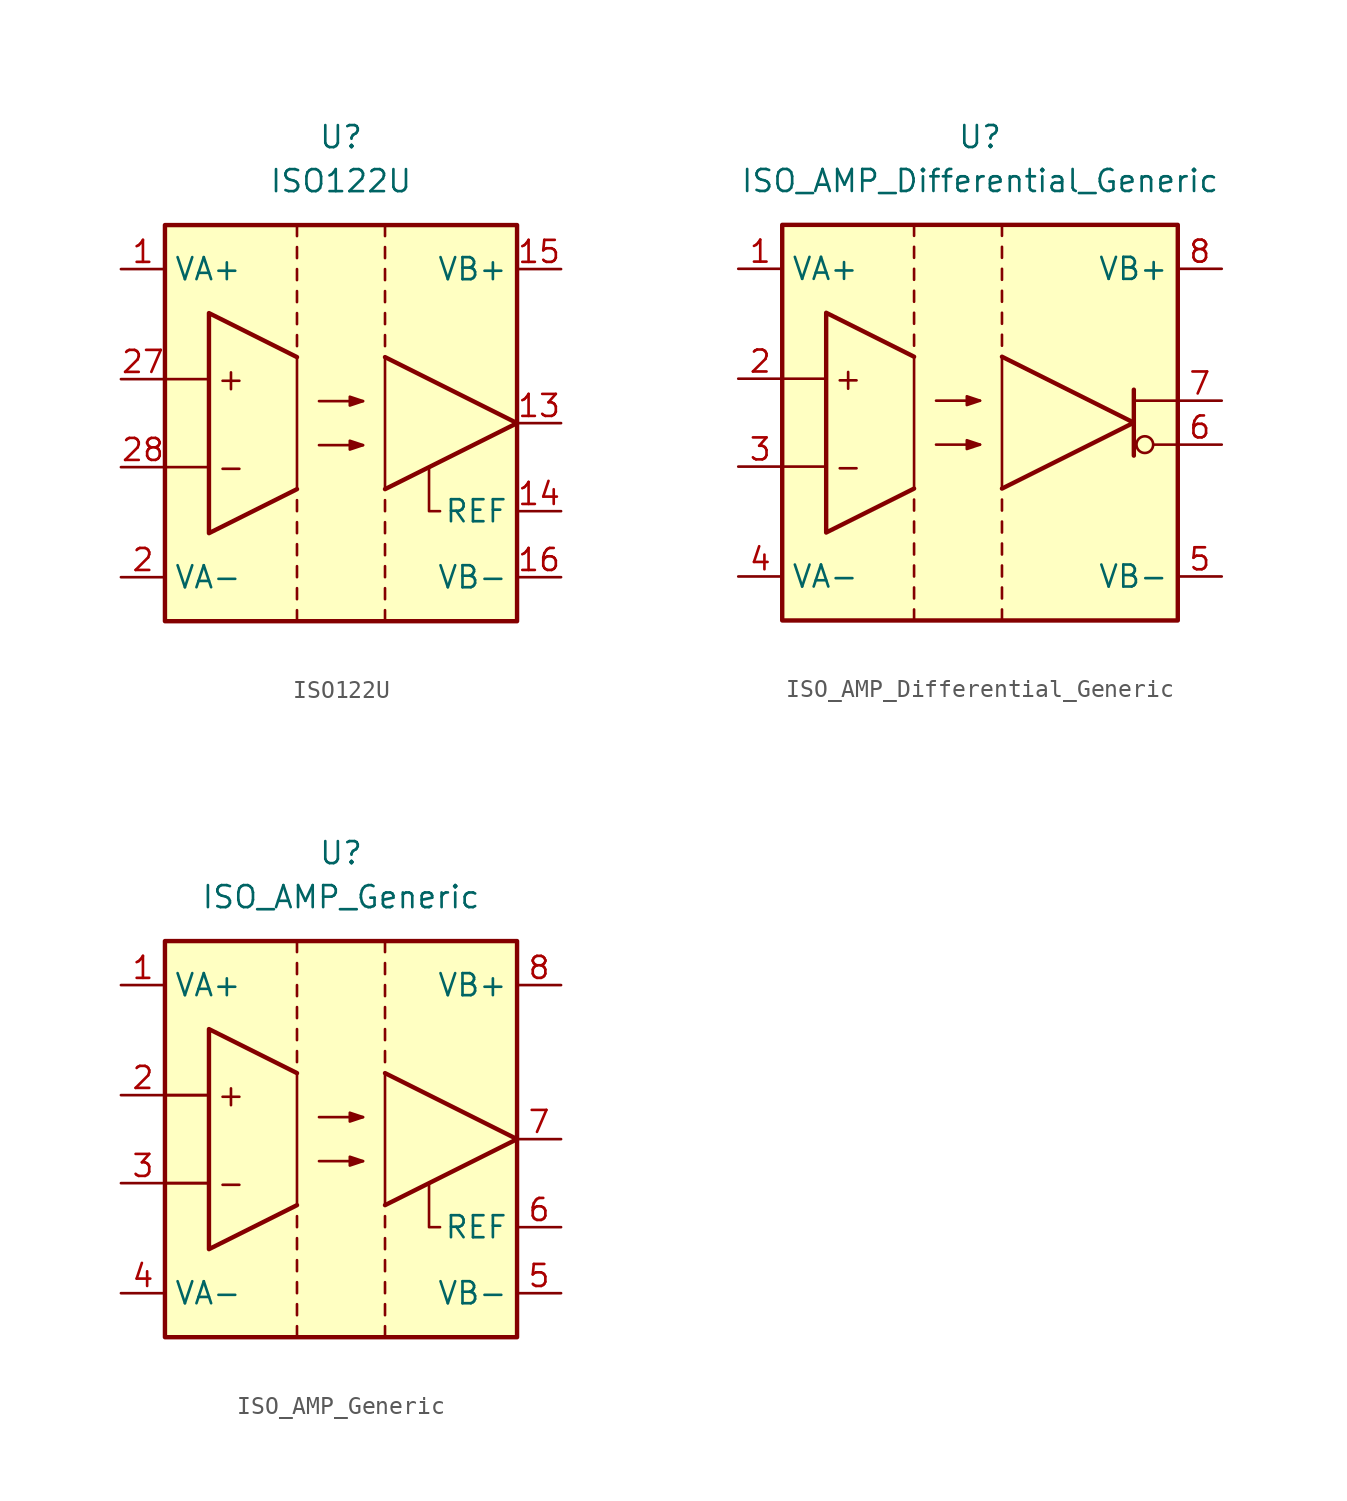
<source format=kicad_sym>
(kicad_symbol_lib
  (version 20211014)
  (generator kicad_symbol_editor)
  (symbol "ISO122U"
    (property "Reference" "U"
      (at 0 16.51 0)
      (effects (font (size 1.27 1.27))))
    (property "Value" "ISO122U"
      (at 0 13.97 0)
      (effects (font (size 1.27 1.27))))
    (symbol "ISO122U_0_0"
      (rectangle (start -10.16 11.43) (end 10.16 -11.43) (stroke (width 0.254) (type default) (color 0 0 0 0)) (fill (type background)))
      (polyline (pts (xy -10.16 -2.54) (xy -7.62 -2.54)) (stroke (width 0.152) (type default) (color 0 0 0 0)) (fill (type none)))
      (polyline (pts (xy -10.16 2.54) (xy -7.62 2.54)) (stroke (width 0.152) (type default) (color 0 0 0 0)) (fill (type none)))
      (text "+" (at -6.35 2.54 0) (effects (font (size 1.27 1.27))))
      (text "-" (at -6.35 -2.54 0) (effects (font (size 1.27 1.27)))))
    (symbol "ISO122U_0_1"
      (polyline (pts (xy -2.54 -11.43) (xy -2.54 -10.795)) (stroke (width 0.152) (type default) (color 0 0 0 0)) (fill (type none)))
      (polyline (pts (xy -2.54 -10.16) (xy -2.54 -9.525)) (stroke (width 0.152) (type default) (color 0 0 0 0)) (fill (type none)))
      (polyline (pts (xy -2.54 -8.255) (xy -2.54 -8.89)) (stroke (width 0.152) (type default) (color 0 0 0 0)) (fill (type none)))
      (polyline (pts (xy -2.54 -6.985) (xy -2.54 -7.62)) (stroke (width 0.152) (type default) (color 0 0 0 0)) (fill (type none)))
      (polyline (pts (xy -2.54 -5.715) (xy -2.54 -6.35)) (stroke (width 0.152) (type default) (color 0 0 0 0)) (fill (type none)))
      (polyline (pts (xy -2.54 -4.445) (xy -2.54 -5.08)) (stroke (width 0.152) (type default) (color 0 0 0 0)) (fill (type none)))
      (polyline (pts (xy -2.54 4.445) (xy -2.54 5.08)) (stroke (width 0.152) (type default) (color 0 0 0 0)) (fill (type none)))
      (polyline (pts (xy -2.54 5.715) (xy -2.54 6.35)) (stroke (width 0.152) (type default) (color 0 0 0 0)) (fill (type none)))
      (polyline (pts (xy -2.54 7.62) (xy -2.54 6.985)) (stroke (width 0.152) (type default) (color 0 0 0 0)) (fill (type none)))
      (polyline (pts (xy -2.54 8.89) (xy -2.54 8.255)) (stroke (width 0.152) (type default) (color 0 0 0 0)) (fill (type none)))
      (polyline (pts (xy -2.54 10.16) (xy -2.54 9.525)) (stroke (width 0.152) (type default) (color 0 0 0 0)) (fill (type none)))
      (polyline (pts (xy -2.54 11.43) (xy -2.54 10.795)) (stroke (width 0.152) (type default) (color 0 0 0 0)) (fill (type none)))
      (polyline (pts (xy 1.27 -1.27) (xy -1.27 -1.27)) (stroke (width 0.152) (type default) (color 0 0 0 0)) (fill (type none)))
      (polyline (pts (xy 1.27 1.27) (xy -1.27 1.27)) (stroke (width 0.152) (type default) (color 0 0 0 0)) (fill (type none)))
      (polyline (pts (xy 2.54 -11.43) (xy 2.54 -10.795)) (stroke (width 0.152) (type default) (color 0 0 0 0)) (fill (type none)))
      (polyline (pts (xy 2.54 -10.16) (xy 2.54 -9.525)) (stroke (width 0.152) (type default) (color 0 0 0 0)) (fill (type none)))
      (polyline (pts (xy 2.54 -8.255) (xy 2.54 -8.89)) (stroke (width 0.152) (type default) (color 0 0 0 0)) (fill (type none)))
      (polyline (pts (xy 2.54 -6.985) (xy 2.54 -7.62)) (stroke (width 0.152) (type default) (color 0 0 0 0)) (fill (type none)))
      (polyline (pts (xy 2.54 -5.715) (xy 2.54 -6.35)) (stroke (width 0.152) (type default) (color 0 0 0 0)) (fill (type none)))
      (polyline (pts (xy 2.54 -4.445) (xy 2.54 -5.08)) (stroke (width 0.152) (type default) (color 0 0 0 0)) (fill (type none)))
      (polyline (pts (xy 2.54 4.445) (xy 2.54 5.08)) (stroke (width 0.152) (type default) (color 0 0 0 0)) (fill (type none)))
      (polyline (pts (xy 2.54 5.715) (xy 2.54 6.35)) (stroke (width 0.152) (type default) (color 0 0 0 0)) (fill (type none)))
      (polyline (pts (xy 2.54 7.62) (xy 2.54 6.985)) (stroke (width 0.152) (type default) (color 0 0 0 0)) (fill (type none)))
      (polyline (pts (xy 2.54 8.89) (xy 2.54 8.255)) (stroke (width 0.152) (type default) (color 0 0 0 0)) (fill (type none)))
      (polyline (pts (xy 2.54 10.16) (xy 2.54 9.525)) (stroke (width 0.152) (type default) (color 0 0 0 0)) (fill (type none)))
      (polyline (pts (xy 2.54 11.43) (xy 2.54 10.795)) (stroke (width 0.152) (type default) (color 0 0 0 0)) (fill (type none)))
      (polyline (pts (xy 2.54 3.81) (xy 10.16 0) (xy 2.54 -3.81)) (stroke (width 0.254) (type default) (color 0 0 0 0)) (fill (type none)))
      (polyline (pts (xy 5.715 -5.08) (xy 5.08 -5.08) (xy 5.08 -2.54)) (stroke (width 0.152) (type default) (color 0 0 0 0)) (fill (type none)))
      (polyline (pts (xy -2.54 3.81) (xy -7.62 6.35) (xy -7.62 -6.35) (xy -2.54 -3.81)) (stroke (width 0.254) (type default) (color 0 0 0 0)) (fill (type none)))
      (polyline (pts (xy 1.27 -1.27) (xy 0.508 -1.016) (xy 0.508 -1.524) (xy 1.27 -1.27)) (stroke (width 0.152) (type default) (color 0 0 0 0)) (fill (type outline)))
      (polyline (pts (xy 1.27 1.27) (xy 0.508 1.524) (xy 0.508 1.016) (xy 1.27 1.27)) (stroke (width 0.152) (type default) (color 0 0 0 0)) (fill (type outline)))
      (polyline (pts (xy 2.54 3.81) (xy 2.54 -3.81) (xy 10.16 0) (xy 2.54 3.81)) (stroke (width 0.152) (type default) (color 0 0 0 0)) (fill (type none)))
      (polyline (pts (xy -2.54 3.81) (xy -7.62 6.35) (xy -7.62 -6.35) (xy -2.54 -3.81) (xy -2.54 3.81)) (stroke (width 0.152) (type default) (color 0 0 0 0)) (fill (type none))))
    (symbol "ISO122U_1_1"
      (pin power_in line (at -12.7 8.89 0) (length 2.54) (name "VA+" (effects (font (size 1.27 1.27)))) (number "1" (effects (font (size 1.27 1.27)))))
      (pin output line (at 12.7 0 180) (length 2.54) (name "~" (effects (font (size 1.27 1.27)))) (number "13" (effects (font (size 1.27 1.27)))))
      (pin input line (at 12.7 -5.08 180) (length 2.54) (name "REF" (effects (font (size 1.27 1.27)))) (number "14" (effects (font (size 1.27 1.27)))))
      (pin power_in line (at 12.7 8.89 180) (length 2.54) (name "VB+" (effects (font (size 1.27 1.27)))) (number "15" (effects (font (size 1.27 1.27)))))
      (pin power_in line (at 12.7 -8.89 180) (length 2.54) (name "VB-" (effects (font (size 1.27 1.27)))) (number "16" (effects (font (size 1.27 1.27)))))
      (pin power_in line (at -12.7 -8.89 0) (length 2.54) (name "VA-" (effects (font (size 1.27 1.27)))) (number "2" (effects (font (size 1.27 1.27)))))
      (pin input line (at -12.7 2.54 0) (length 2.54) (name "~" (effects (font (size 1.27 1.27)))) (number "27" (effects (font (size 1.27 1.27)))))
      (pin input line (at -12.7 -2.54 0) (length 2.54) (name "~" (effects (font (size 1.27 1.27)))) (number "28" (effects (font (size 1.27 1.27)))))))
  (symbol "ISO_AMP_Differential_Generic"
    (property "Reference" "U"
      (at 0 16.51 0)
      (effects (font (size 1.27 1.27))))
    (property "Value" "ISO_AMP_Differential_Generic"
      (at 0 13.97 0)
      (effects (font (size 1.27 1.27))))
    (symbol "ISO_AMP_Differential_Generic_0_0"
      (rectangle (start -11.43 11.43) (end 11.43 -11.43) (stroke (width 0.254) (type default) (color 0 0 0 0)) (fill (type background)))
      (polyline (pts (xy -11.43 -2.54) (xy -8.89 -2.54)) (stroke (width 0.152) (type default) (color 0 0 0 0)) (fill (type none)))
      (polyline (pts (xy -11.43 2.54) (xy -8.89 2.54)) (stroke (width 0.152) (type default) (color 0 0 0 0)) (fill (type none)))
      (polyline (pts (xy -3.81 3.81) (xy -3.81 -3.81)) (stroke (width 0.152) (type default) (color 0 0 0 0)) (fill (type none)))
      (polyline (pts (xy 1.27 3.81) (xy 1.27 -3.81)) (stroke (width 0.152) (type default) (color 0 0 0 0)) (fill (type none)))
      (polyline (pts (xy 1.27 3.81) (xy 8.89 0) (xy 1.27 -3.81)) (stroke (width 0.254) (type default) (color 0 0 0 0)) (fill (type none)))
      (polyline (pts (xy -3.81 3.81) (xy -8.89 6.35) (xy -8.89 -6.35) (xy -3.81 -3.81)) (stroke (width 0.254) (type default) (color 0 0 0 0)) (fill (type none)))
      (text "+" (at -7.62 2.54 0) (effects (font (size 1.27 1.27))))
      (text "-" (at -7.62 -2.54 0) (effects (font (size 1.27 1.27)))))
    (symbol "ISO_AMP_Differential_Generic_0_1"
      (polyline (pts (xy -3.81 -11.43) (xy -3.81 -10.795)) (stroke (width 0.152) (type default) (color 0 0 0 0)) (fill (type none)))
      (polyline (pts (xy -3.81 -10.16) (xy -3.81 -9.525)) (stroke (width 0.152) (type default) (color 0 0 0 0)) (fill (type none)))
      (polyline (pts (xy -3.81 -8.255) (xy -3.81 -8.89)) (stroke (width 0.152) (type default) (color 0 0 0 0)) (fill (type none)))
      (polyline (pts (xy -3.81 -6.985) (xy -3.81 -7.62)) (stroke (width 0.152) (type default) (color 0 0 0 0)) (fill (type none)))
      (polyline (pts (xy -3.81 -5.715) (xy -3.81 -6.35)) (stroke (width 0.152) (type default) (color 0 0 0 0)) (fill (type none)))
      (polyline (pts (xy -3.81 -4.445) (xy -3.81 -5.08)) (stroke (width 0.152) (type default) (color 0 0 0 0)) (fill (type none)))
      (polyline (pts (xy -3.81 4.445) (xy -3.81 5.08)) (stroke (width 0.152) (type default) (color 0 0 0 0)) (fill (type none)))
      (polyline (pts (xy -3.81 5.715) (xy -3.81 6.35)) (stroke (width 0.152) (type default) (color 0 0 0 0)) (fill (type none)))
      (polyline (pts (xy -3.81 7.62) (xy -3.81 6.985)) (stroke (width 0.152) (type default) (color 0 0 0 0)) (fill (type none)))
      (polyline (pts (xy -3.81 8.89) (xy -3.81 8.255)) (stroke (width 0.152) (type default) (color 0 0 0 0)) (fill (type none)))
      (polyline (pts (xy -3.81 10.16) (xy -3.81 9.525)) (stroke (width 0.152) (type default) (color 0 0 0 0)) (fill (type none)))
      (polyline (pts (xy -3.81 11.43) (xy -3.81 10.795)) (stroke (width 0.152) (type default) (color 0 0 0 0)) (fill (type none)))
      (polyline (pts (xy 0 -1.27) (xy -2.54 -1.27)) (stroke (width 0.152) (type default) (color 0 0 0 0)) (fill (type none)))
      (polyline (pts (xy 0 1.27) (xy -2.54 1.27)) (stroke (width 0.152) (type default) (color 0 0 0 0)) (fill (type none)))
      (polyline (pts (xy 1.27 -11.43) (xy 1.27 -10.795)) (stroke (width 0.152) (type default) (color 0 0 0 0)) (fill (type none)))
      (polyline (pts (xy 1.27 -10.16) (xy 1.27 -9.525)) (stroke (width 0.152) (type default) (color 0 0 0 0)) (fill (type none)))
      (polyline (pts (xy 1.27 -8.255) (xy 1.27 -8.89)) (stroke (width 0.152) (type default) (color 0 0 0 0)) (fill (type none)))
      (polyline (pts (xy 1.27 -6.985) (xy 1.27 -7.62)) (stroke (width 0.152) (type default) (color 0 0 0 0)) (fill (type none)))
      (polyline (pts (xy 1.27 -5.715) (xy 1.27 -6.35)) (stroke (width 0.152) (type default) (color 0 0 0 0)) (fill (type none)))
      (polyline (pts (xy 1.27 -4.445) (xy 1.27 -5.08)) (stroke (width 0.152) (type default) (color 0 0 0 0)) (fill (type none)))
      (polyline (pts (xy 1.27 4.445) (xy 1.27 5.08)) (stroke (width 0.152) (type default) (color 0 0 0 0)) (fill (type none)))
      (polyline (pts (xy 1.27 5.715) (xy 1.27 6.35)) (stroke (width 0.152) (type default) (color 0 0 0 0)) (fill (type none)))
      (polyline (pts (xy 1.27 7.62) (xy 1.27 6.985)) (stroke (width 0.152) (type default) (color 0 0 0 0)) (fill (type none)))
      (polyline (pts (xy 1.27 8.89) (xy 1.27 8.255)) (stroke (width 0.152) (type default) (color 0 0 0 0)) (fill (type none)))
      (polyline (pts (xy 1.27 10.16) (xy 1.27 9.525)) (stroke (width 0.152) (type default) (color 0 0 0 0)) (fill (type none)))
      (polyline (pts (xy 1.27 11.43) (xy 1.27 10.795)) (stroke (width 0.152) (type default) (color 0 0 0 0)) (fill (type none)))
      (polyline (pts (xy 8.89 1.905) (xy 8.89 -1.905)) (stroke (width 0.254) (type default) (color 0 0 0 0)) (fill (type none)))
      (polyline (pts (xy 11.43 -1.27) (xy 10.058 -1.27)) (stroke (width 0.152) (type default) (color 0 0 0 0)) (fill (type none)))
      (polyline (pts (xy 11.43 1.27) (xy 8.89 1.27)) (stroke (width 0.152) (type default) (color 0 0 0 0)) (fill (type none)))
      (polyline (pts (xy 0 -1.27) (xy -0.762 -1.016) (xy -0.762 -1.524) (xy 0 -1.27)) (stroke (width 0.152) (type default) (color 0 0 0 0)) (fill (type outline)))
      (polyline (pts (xy 0 1.27) (xy -0.762 1.524) (xy -0.762 1.016) (xy 0 1.27)) (stroke (width 0.152) (type default) (color 0 0 0 0)) (fill (type outline)))
      (circle (center 9.525 -1.27) (radius 0.483) (stroke (width 0.152) (type default) (color 0 0 0 0)) (fill (type none))))
    (symbol "ISO_AMP_Differential_Generic_1_1"
      (pin power_in line (at -13.97 8.89 0) (length 2.54) (name "VA+" (effects (font (size 1.27 1.27)))) (number "1" (effects (font (size 1.27 1.27)))))
      (pin input line (at -13.97 2.54 0) (length 2.54) (name "~" (effects (font (size 1.27 1.27)))) (number "2" (effects (font (size 1.27 1.27)))))
      (pin input line (at -13.97 -2.54 0) (length 2.54) (name "~" (effects (font (size 1.27 1.27)))) (number "3" (effects (font (size 1.27 1.27)))))
      (pin power_in line (at -13.97 -8.89 0) (length 2.54) (name "VA-" (effects (font (size 1.27 1.27)))) (number "4" (effects (font (size 1.27 1.27)))))
      (pin power_in line (at 13.97 -8.89 180) (length 2.54) (name "VB-" (effects (font (size 1.27 1.27)))) (number "5" (effects (font (size 1.27 1.27)))))
      (pin output line (at 13.97 -1.27 180) (length 2.54) (name "~" (effects (font (size 1.27 1.27)))) (number "6" (effects (font (size 1.27 1.27)))))
      (pin output line (at 13.97 1.27 180) (length 2.54) (name "~" (effects (font (size 1.27 1.27)))) (number "7" (effects (font (size 1.27 1.27)))))
      (pin power_in line (at 13.97 8.89 180) (length 2.54) (name "VB+" (effects (font (size 1.27 1.27)))) (number "8" (effects (font (size 1.27 1.27)))))))
  (symbol "ISO_AMP_Generic"
    (property "Reference" "U"
      (at 0 16.51 0)
      (effects (font (size 1.27 1.27))))
    (property "Value" "ISO_AMP_Generic"
      (at 0 13.97 0)
      (effects (font (size 1.27 1.27))))
    (symbol "ISO_AMP_Generic_0_0"
      (rectangle (start -10.16 11.43) (end 10.16 -11.43) (stroke (width 0.254) (type default) (color 0 0 0 0)) (fill (type background)))
      (polyline (pts (xy -10.16 -2.54) (xy -7.62 -2.54)) (stroke (width 0.152) (type default) (color 0 0 0 0)) (fill (type none)))
      (polyline (pts (xy -10.16 -2.54) (xy -7.62 -2.54)) (stroke (width 0.152) (type default) (color 0 0 0 0)) (fill (type none)))
      (polyline (pts (xy -10.16 2.54) (xy -7.62 2.54)) (stroke (width 0.152) (type default) (color 0 0 0 0)) (fill (type none)))
      (polyline (pts (xy -10.16 2.54) (xy -7.62 2.54)) (stroke (width 0.152) (type default) (color 0 0 0 0)) (fill (type none)))
      (polyline (pts (xy -2.54 3.81) (xy -2.54 -3.81)) (stroke (width 0.152) (type default) (color 0 0 0 0)) (fill (type none)))
      (polyline (pts (xy 2.54 3.81) (xy 2.54 -3.81)) (stroke (width 0.152) (type default) (color 0 0 0 0)) (fill (type none)))
      (polyline (pts (xy 2.54 3.81) (xy 10.16 0) (xy 2.54 -3.81)) (stroke (width 0.254) (type default) (color 0 0 0 0)) (fill (type none)))
      (polyline (pts (xy -2.54 3.81) (xy -7.62 6.35) (xy -7.62 -6.35) (xy -2.54 -3.81)) (stroke (width 0.254) (type default) (color 0 0 0 0)) (fill (type none)))
      (text "+" (at -6.35 2.54 0) (effects (font (size 1.27 1.27))))
      (text "-" (at -6.35 -2.54 0) (effects (font (size 1.27 1.27)))))
    (symbol "ISO_AMP_Generic_0_1"
      (polyline (pts (xy -2.54 -11.43) (xy -2.54 -10.795)) (stroke (width 0.152) (type default) (color 0 0 0 0)) (fill (type none)))
      (polyline (pts (xy -2.54 -10.16) (xy -2.54 -9.525)) (stroke (width 0.152) (type default) (color 0 0 0 0)) (fill (type none)))
      (polyline (pts (xy -2.54 -8.255) (xy -2.54 -8.89)) (stroke (width 0.152) (type default) (color 0 0 0 0)) (fill (type none)))
      (polyline (pts (xy -2.54 -6.985) (xy -2.54 -7.62)) (stroke (width 0.152) (type default) (color 0 0 0 0)) (fill (type none)))
      (polyline (pts (xy -2.54 -5.715) (xy -2.54 -6.35)) (stroke (width 0.152) (type default) (color 0 0 0 0)) (fill (type none)))
      (polyline (pts (xy -2.54 -4.445) (xy -2.54 -5.08)) (stroke (width 0.152) (type default) (color 0 0 0 0)) (fill (type none)))
      (polyline (pts (xy -2.54 4.445) (xy -2.54 5.08)) (stroke (width 0.152) (type default) (color 0 0 0 0)) (fill (type none)))
      (polyline (pts (xy -2.54 5.715) (xy -2.54 6.35)) (stroke (width 0.152) (type default) (color 0 0 0 0)) (fill (type none)))
      (polyline (pts (xy -2.54 7.62) (xy -2.54 6.985)) (stroke (width 0.152) (type default) (color 0 0 0 0)) (fill (type none)))
      (polyline (pts (xy -2.54 8.89) (xy -2.54 8.255)) (stroke (width 0.152) (type default) (color 0 0 0 0)) (fill (type none)))
      (polyline (pts (xy -2.54 10.16) (xy -2.54 9.525)) (stroke (width 0.152) (type default) (color 0 0 0 0)) (fill (type none)))
      (polyline (pts (xy -2.54 11.43) (xy -2.54 10.795)) (stroke (width 0.152) (type default) (color 0 0 0 0)) (fill (type none)))
      (polyline (pts (xy 1.27 -1.27) (xy -1.27 -1.27)) (stroke (width 0.152) (type default) (color 0 0 0 0)) (fill (type none)))
      (polyline (pts (xy 1.27 1.27) (xy -1.27 1.27)) (stroke (width 0.152) (type default) (color 0 0 0 0)) (fill (type none)))
      (polyline (pts (xy 2.54 -11.43) (xy 2.54 -10.795)) (stroke (width 0.152) (type default) (color 0 0 0 0)) (fill (type none)))
      (polyline (pts (xy 2.54 -10.16) (xy 2.54 -9.525)) (stroke (width 0.152) (type default) (color 0 0 0 0)) (fill (type none)))
      (polyline (pts (xy 2.54 -8.255) (xy 2.54 -8.89)) (stroke (width 0.152) (type default) (color 0 0 0 0)) (fill (type none)))
      (polyline (pts (xy 2.54 -6.985) (xy 2.54 -7.62)) (stroke (width 0.152) (type default) (color 0 0 0 0)) (fill (type none)))
      (polyline (pts (xy 2.54 -5.715) (xy 2.54 -6.35)) (stroke (width 0.152) (type default) (color 0 0 0 0)) (fill (type none)))
      (polyline (pts (xy 2.54 -4.445) (xy 2.54 -5.08)) (stroke (width 0.152) (type default) (color 0 0 0 0)) (fill (type none)))
      (polyline (pts (xy 2.54 4.445) (xy 2.54 5.08)) (stroke (width 0.152) (type default) (color 0 0 0 0)) (fill (type none)))
      (polyline (pts (xy 2.54 5.715) (xy 2.54 6.35)) (stroke (width 0.152) (type default) (color 0 0 0 0)) (fill (type none)))
      (polyline (pts (xy 2.54 7.62) (xy 2.54 6.985)) (stroke (width 0.152) (type default) (color 0 0 0 0)) (fill (type none)))
      (polyline (pts (xy 2.54 8.89) (xy 2.54 8.255)) (stroke (width 0.152) (type default) (color 0 0 0 0)) (fill (type none)))
      (polyline (pts (xy 2.54 10.16) (xy 2.54 9.525)) (stroke (width 0.152) (type default) (color 0 0 0 0)) (fill (type none)))
      (polyline (pts (xy 2.54 11.43) (xy 2.54 10.795)) (stroke (width 0.152) (type default) (color 0 0 0 0)) (fill (type none)))
      (polyline (pts (xy 5.715 -5.08) (xy 5.08 -5.08) (xy 5.08 -2.54)) (stroke (width 0.152) (type default) (color 0 0 0 0)) (fill (type none)))
      (polyline (pts (xy 1.27 -1.27) (xy 0.508 -1.016) (xy 0.508 -1.524) (xy 1.27 -1.27)) (stroke (width 0.152) (type default) (color 0 0 0 0)) (fill (type outline)))
      (polyline (pts (xy 1.27 1.27) (xy 0.508 1.524) (xy 0.508 1.016) (xy 1.27 1.27)) (stroke (width 0.152) (type default) (color 0 0 0 0)) (fill (type outline))))
    (symbol "ISO_AMP_Generic_1_1"
      (pin power_in line (at -12.7 8.89 0) (length 2.54) (name "VA+" (effects (font (size 1.27 1.27)))) (number "1" (effects (font (size 1.27 1.27)))))
      (pin input line (at -12.7 2.54 0) (length 2.54) (name "~" (effects (font (size 1.27 1.27)))) (number "2" (effects (font (size 1.27 1.27)))))
      (pin input line (at -12.7 -2.54 0) (length 2.54) (name "~" (effects (font (size 1.27 1.27)))) (number "3" (effects (font (size 1.27 1.27)))))
      (pin power_in line (at -12.7 -8.89 0) (length 2.54) (name "VA-" (effects (font (size 1.27 1.27)))) (number "4" (effects (font (size 1.27 1.27)))))
      (pin power_in line (at 12.7 -8.89 180) (length 2.54) (name "VB-" (effects (font (size 1.27 1.27)))) (number "5" (effects (font (size 1.27 1.27)))))
      (pin input line (at 12.7 -5.08 180) (length 2.54) (name "REF" (effects (font (size 1.27 1.27)))) (number "6" (effects (font (size 1.27 1.27)))))
      (pin output line (at 12.7 0 180) (length 2.54) (name "~" (effects (font (size 1.27 1.27)))) (number "7" (effects (font (size 1.27 1.27)))))
      (pin power_in line (at 12.7 8.89 180) (length 2.54) (name "VB+" (effects (font (size 1.27 1.27)))) (number "8" (effects (font (size 1.27 1.27))))))))
</source>
